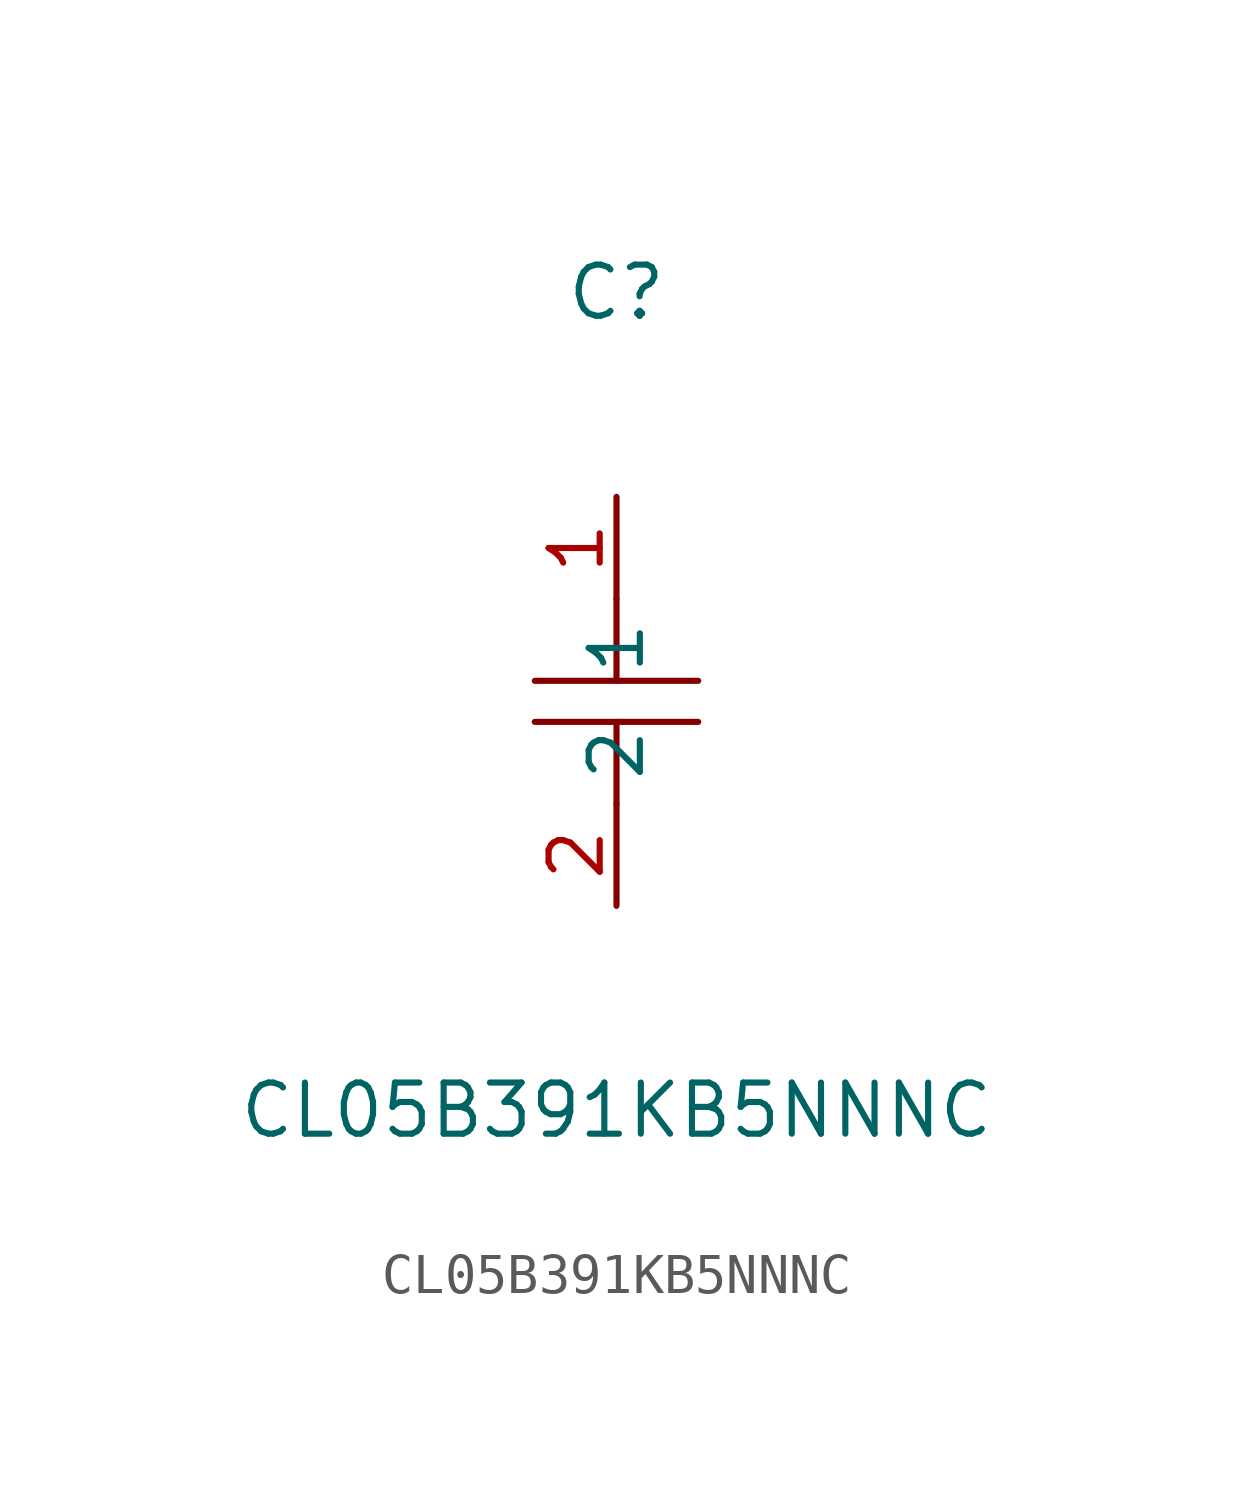
<source format=kicad_sym>
(kicad_symbol_lib
  (version 1)
  (generator "faebryk")
  (symbol "CL05B391KB5NNNC"
    (property "Reference" "C"
      (at 0 10.16 0)
      (effects (font (size 1.27 1.27)) (hide no)))
    (property "Value" "CL05B391KB5NNNC"
      (at 0 -10.16 0)
      (effects (font (size 1.27 1.27)) (hide no)))
    (symbol "CL05B391KB5NNNC_0_1"
      (polyline (stroke (width 0) (type default) (color 0 0 0 0)) (fill (type none)) (pts (xy -2.03 0.51) (xy 2.03 0.51)))
      (polyline (stroke (width 0) (type default) (color 0 0 0 0)) (fill (type none)) (pts (xy 0 -2.54) (xy 0 -0.51)))
      (polyline (stroke (width 0) (type default) (color 0 0 0 0)) (fill (type none)) (pts (xy 2.03 -0.51) (xy -2.03 -0.51)))
      (polyline (stroke (width 0) (type default) (color 0 0 0 0)) (fill (type none)) (pts (xy 0 0.51) (xy 0 2.54)))
      (pin unspecified line (at 0 5.08 270) (length 2.54) (name "1" (effects (font (size 1.27 1.27)) (hide no))) (number "1" (effects (font (size 1.27 1.27)) (hide no))))
      (pin unspecified line (at 0 -5.08 90) (length 2.54) (name "2" (effects (font (size 1.27 1.27)) (hide no))) (number "2" (effects (font (size 1.27 1.27)) (hide no)))))))
</source>
